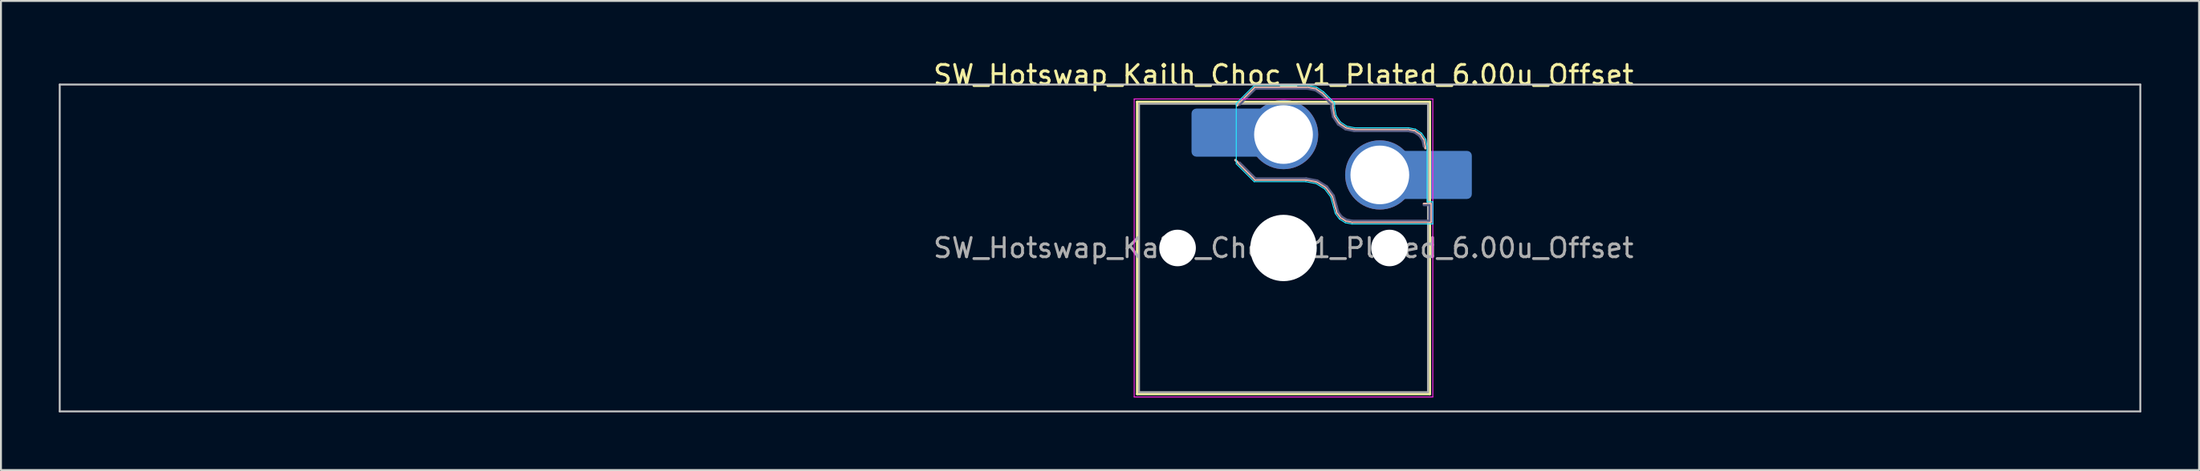
<source format=kicad_pcb>
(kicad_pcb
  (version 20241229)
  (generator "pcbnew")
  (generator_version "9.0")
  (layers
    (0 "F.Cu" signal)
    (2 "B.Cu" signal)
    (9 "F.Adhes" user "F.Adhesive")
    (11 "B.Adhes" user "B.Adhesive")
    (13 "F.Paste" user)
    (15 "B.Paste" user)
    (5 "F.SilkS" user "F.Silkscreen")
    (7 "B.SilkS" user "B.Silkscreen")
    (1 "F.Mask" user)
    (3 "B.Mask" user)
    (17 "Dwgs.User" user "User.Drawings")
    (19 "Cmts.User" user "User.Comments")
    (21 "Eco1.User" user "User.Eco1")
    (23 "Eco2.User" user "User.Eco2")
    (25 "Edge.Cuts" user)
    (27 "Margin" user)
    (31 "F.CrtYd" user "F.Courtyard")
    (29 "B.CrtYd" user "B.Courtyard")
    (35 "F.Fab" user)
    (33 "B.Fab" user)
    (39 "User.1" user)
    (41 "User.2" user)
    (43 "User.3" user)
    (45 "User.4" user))
  (footprint "SW_Hotswap_Kailh_Choc_V1_Plated_6.00u_Offset"
    (layer "F.Cu")
    (at 63.575 9.848)
    (property "Reference" "SW_Hotswap_Kailh_Choc_V1_Plated_6.00u_Offset" (at 0 -9 0) (layer "F.SilkS") (effects (font (size 1 1) (thickness 0.15))))
    (attr smd)
    (fp_line (start -7.6 -7.6) (end -7.6 7.6) (stroke (width 0.12) (type solid)) (layer "F.SilkS"))
    (fp_line (start -7.6 7.6) (end 7.6 7.6) (stroke (width 0.12) (type solid)) (layer "F.SilkS"))
    (fp_line (start 7.6 -7.6) (end -7.6 -7.6) (stroke (width 0.12) (type solid)) (layer "F.SilkS"))
    (fp_line (start 7.6 7.6) (end 7.6 -7.6) (stroke (width 0.12) (type solid)) (layer "F.SilkS"))
    (fp_line (start -2.416 -7.409) (end -1.479 -8.346) (stroke (width 0.12) (type solid)) (layer "B.SilkS"))
    (fp_line (start -1.479 -8.346) (end 1.268 -8.346) (stroke (width 0.12) (type solid)) (layer "B.SilkS"))
    (fp_line (start -1.479 -3.554) (end -2.5 -4.575) (stroke (width 0.12) (type solid)) (layer "B.SilkS"))
    (fp_line (start 1.168 -3.554) (end -1.479 -3.554) (stroke (width 0.12) (type solid)) (layer "B.SilkS"))
    (fp_line (start 1.268 -8.346) (end 1.671 -8.266) (stroke (width 0.12) (type solid)) (layer "B.SilkS"))
    (fp_line (start 1.671 -8.266) (end 2.013 -8.037) (stroke (width 0.12) (type solid)) (layer "B.SilkS"))
    (fp_line (start 1.73 -3.449) (end 1.168 -3.554) (stroke (width 0.12) (type solid)) (layer "B.SilkS"))
    (fp_line (start 2.013 -8.037) (end 2.546 -7.504) (stroke (width 0.12) (type solid)) (layer "B.SilkS"))
    (fp_line (start 2.209 -3.15) (end 1.73 -3.449) (stroke (width 0.12) (type solid)) (layer "B.SilkS"))
    (fp_line (start 2.546 -7.504) (end 2.546 -7.282) (stroke (width 0.12) (type solid)) (layer "B.SilkS"))
    (fp_line (start 2.546 -7.282) (end 2.633 -6.844) (stroke (width 0.12) (type solid)) (layer "B.SilkS"))
    (fp_line (start 2.547 -2.697) (end 2.209 -3.15) (stroke (width 0.12) (type solid)) (layer "B.SilkS"))
    (fp_line (start 2.633 -6.844) (end 2.877 -6.477) (stroke (width 0.12) (type solid)) (layer "B.SilkS"))
    (fp_line (start 2.701 -2.139) (end 2.547 -2.697) (stroke (width 0.12) (type solid)) (layer "B.SilkS"))
    (fp_line (start 2.783 -1.841) (end 2.701 -2.139) (stroke (width 0.12) (type solid)) (layer "B.SilkS"))
    (fp_line (start 2.877 -6.477) (end 3.244 -6.233) (stroke (width 0.12) (type solid)) (layer "B.SilkS"))
    (fp_line (start 2.976 -1.583) (end 2.783 -1.841) (stroke (width 0.12) (type solid)) (layer "B.SilkS"))
    (fp_line (start 3.244 -6.233) (end 3.682 -6.146) (stroke (width 0.12) (type solid)) (layer "B.SilkS"))
    (fp_line (start 3.25 -1.413) (end 2.976 -1.583) (stroke (width 0.12) (type solid)) (layer "B.SilkS"))
    (fp_line (start 3.56 -1.354) (end 3.25 -1.413) (stroke (width 0.12) (type solid)) (layer "B.SilkS"))
    (fp_line (start 3.682 -6.146) (end 6.482 -6.146) (stroke (width 0.12) (type solid)) (layer "B.SilkS"))
    (fp_line (start 6.482 -6.146) (end 6.809 -6.081) (stroke (width 0.12) (type solid)) (layer "B.SilkS"))
    (fp_line (start 6.809 -6.081) (end 7.092 -5.892) (stroke (width 0.12) (type solid)) (layer "B.SilkS"))
    (fp_line (start 7.092 -5.892) (end 7.281 -5.609) (stroke (width 0.12) (type solid)) (layer "B.SilkS"))
    (fp_line (start 7.281 -5.609) (end 7.366 -5.182) (stroke (width 0.12) (type solid)) (layer "B.SilkS"))
    (fp_line (start 7.283 -2.296) (end 7.646 -2.296) (stroke (width 0.12) (type solid)) (layer "B.SilkS"))
    (fp_line (start 7.646 -2.296) (end 7.646 -1.354) (stroke (width 0.12) (type solid)) (layer "B.SilkS"))
    (fp_line (start 7.646 -1.354) (end 3.56 -1.354) (stroke (width 0.12) (type solid)) (layer "B.SilkS"))
    (fp_line (start -63.525 -8.5) (end -63.525 8.5) (stroke (width 0.1) (type solid)) (layer "Dwgs.User"))
    (fp_line (start -63.525 8.5) (end 44.475 8.5) (stroke (width 0.1) (type solid)) (layer "Dwgs.User"))
    (fp_line (start 44.475 -8.5) (end -63.525 -8.5) (stroke (width 0.1) (type solid)) (layer "Dwgs.User"))
    (fp_line (start 44.475 8.5) (end 44.475 -8.5) (stroke (width 0.1) (type solid)) (layer "Dwgs.User"))
    (fp_line (start -7.25 -7.25) (end -7.25 7.25) (stroke (width 0.1) (type solid)) (layer "Eco1.User"))
    (fp_line (start -7.25 7.25) (end 7.25 7.25) (stroke (width 0.1) (type solid)) (layer "Eco1.User"))
    (fp_line (start 7.25 -7.25) (end -7.25 -7.25) (stroke (width 0.1) (type solid)) (layer "Eco1.User"))
    (fp_line (start 7.25 7.25) (end 7.25 -7.25) (stroke (width 0.1) (type solid)) (layer "Eco1.User"))
    (fp_line (start -2.452 -7.523) (end -1.523 -8.452) (stroke (width 0.05) (type solid)) (layer "B.CrtYd"))
    (fp_line (start -2.452 -4.377) (end -2.452 -7.523) (stroke (width 0.05) (type solid)) (layer "B.CrtYd"))
    (fp_line (start -1.523 -8.452) (end 1.278 -8.452) (stroke (width 0.05) (type solid)) (layer "B.CrtYd"))
    (fp_line (start -1.523 -3.448) (end -2.452 -4.377) (stroke (width 0.05) (type solid)) (layer "B.CrtYd"))
    (fp_line (start 1.159 -3.448) (end -1.523 -3.448) (stroke (width 0.05) (type solid)) (layer "B.CrtYd"))
    (fp_line (start 1.278 -8.452) (end 1.712 -8.366) (stroke (width 0.05) (type solid)) (layer "B.CrtYd"))
    (fp_line (start 1.691 -3.348) (end 1.159 -3.448) (stroke (width 0.05) (type solid)) (layer "B.CrtYd"))
    (fp_line (start 1.712 -8.366) (end 2.081 -8.119) (stroke (width 0.05) (type solid)) (layer "B.CrtYd"))
    (fp_line (start 2.081 -8.119) (end 2.652 -7.548) (stroke (width 0.05) (type solid)) (layer "B.CrtYd"))
    (fp_line (start 2.136 -3.071) (end 1.691 -3.348) (stroke (width 0.05) (type solid)) (layer "B.CrtYd"))
    (fp_line (start 2.45 -2.65) (end 2.136 -3.071) (stroke (width 0.05) (type solid)) (layer "B.CrtYd"))
    (fp_line (start 2.599 -2.111) (end 2.45 -2.65) (stroke (width 0.05) (type solid)) (layer "B.CrtYd"))
    (fp_line (start 2.652 -7.548) (end 2.652 -7.292) (stroke (width 0.05) (type solid)) (layer "B.CrtYd"))
    (fp_line (start 2.652 -7.292) (end 2.733 -6.885) (stroke (width 0.05) (type solid)) (layer "B.CrtYd"))
    (fp_line (start 2.687 -1.794) (end 2.599 -2.111) (stroke (width 0.05) (type solid)) (layer "B.CrtYd"))
    (fp_line (start 2.733 -6.885) (end 2.953 -6.553) (stroke (width 0.05) (type solid)) (layer "B.CrtYd"))
    (fp_line (start 2.903 -1.503) (end 2.687 -1.794) (stroke (width 0.05) (type solid)) (layer "B.CrtYd"))
    (fp_line (start 2.953 -6.553) (end 3.285 -6.333) (stroke (width 0.05) (type solid)) (layer "B.CrtYd"))
    (fp_line (start 3.211 -1.312) (end 2.903 -1.503) (stroke (width 0.05) (type solid)) (layer "B.CrtYd"))
    (fp_line (start 3.285 -6.333) (end 3.692 -6.252) (stroke (width 0.05) (type solid)) (layer "B.CrtYd"))
    (fp_line (start 3.55 -1.248) (end 3.211 -1.312) (stroke (width 0.05) (type solid)) (layer "B.CrtYd"))
    (fp_line (start 3.692 -6.252) (end 6.492 -6.252) (stroke (width 0.05) (type solid)) (layer "B.CrtYd"))
    (fp_line (start 6.492 -6.252) (end 6.85 -6.181) (stroke (width 0.05) (type solid)) (layer "B.CrtYd"))
    (fp_line (start 6.85 -6.181) (end 7.168 -5.968) (stroke (width 0.05) (type solid)) (layer "B.CrtYd"))
    (fp_line (start 7.168 -5.968) (end 7.381 -5.65) (stroke (width 0.05) (type solid)) (layer "B.CrtYd"))
    (fp_line (start 7.381 -5.65) (end 7.452 -5.292) (stroke (width 0.05) (type solid)) (layer "B.CrtYd"))
    (fp_line (start 7.452 -5.292) (end 7.452 -2.402) (stroke (width 0.05) (type solid)) (layer "B.CrtYd"))
    (fp_line (start 7.452 -2.402) (end 7.752 -2.402) (stroke (width 0.05) (type solid)) (layer "B.CrtYd"))
    (fp_line (start 7.752 -2.402) (end 7.752 -1.248) (stroke (width 0.05) (type solid)) (layer "B.CrtYd"))
    (fp_line (start 7.752 -1.248) (end 3.55 -1.248) (stroke (width 0.05) (type solid)) (layer "B.CrtYd"))
    (fp_line (start -7.75 -7.75) (end -7.75 7.75) (stroke (width 0.05) (type solid)) (layer "F.CrtYd"))
    (fp_line (start -7.75 7.75) (end 7.75 7.75) (stroke (width 0.05) (type solid)) (layer "F.CrtYd"))
    (fp_line (start 7.75 -7.75) (end -7.75 -7.75) (stroke (width 0.05) (type solid)) (layer "F.CrtYd"))
    (fp_line (start 7.75 7.75) (end 7.75 -7.75) (stroke (width 0.05) (type solid)) (layer "F.CrtYd"))
    (fp_line (start -2.275 -7.45) (end -1.45 -8.275) (stroke (width 0.1) (type solid)) (layer "B.Fab"))
    (fp_line (start -1.45 -8.275) (end 1.261 -8.275) (stroke (width 0.1) (type solid)) (layer "B.Fab"))
    (fp_line (start -1.45 -3.625) (end -2.275 -4.45) (stroke (width 0.1) (type solid)) (layer "B.Fab"))
    (fp_line (start 1.175 -3.625) (end -1.45 -3.625) (stroke (width 0.1) (type solid)) (layer "B.Fab"))
    (fp_line (start 1.261 -8.275) (end 1.643 -8.199) (stroke (width 0.1) (type solid)) (layer "B.Fab"))
    (fp_line (start 1.643 -8.199) (end 1.968 -7.982) (stroke (width 0.1) (type solid)) (layer "B.Fab"))
    (fp_line (start 1.756 -3.516) (end 1.175 -3.625) (stroke (width 0.1) (type solid)) (layer "B.Fab"))
    (fp_line (start 1.968 -7.982) (end 2.475 -7.475) (stroke (width 0.1) (type solid)) (layer "B.Fab"))
    (fp_line (start 2.258 -3.203) (end 1.756 -3.516) (stroke (width 0.1) (type solid)) (layer "B.Fab"))
    (fp_line (start 2.475 -7.475) (end 2.475 -7.275) (stroke (width 0.1) (type solid)) (layer "B.Fab"))
    (fp_line (start 2.475 -7.275) (end 2.566 -6.816) (stroke (width 0.1) (type solid)) (layer "B.Fab"))
    (fp_line (start 2.566 -6.816) (end 2.826 -6.426) (stroke (width 0.1) (type solid)) (layer "B.Fab"))
    (fp_line (start 2.612 -2.729) (end 2.258 -3.203) (stroke (width 0.1) (type solid)) (layer "B.Fab"))
    (fp_line (start 2.769 -2.158) (end 2.612 -2.729) (stroke (width 0.1) (type solid)) (layer "B.Fab"))
    (fp_line (start 2.826 -6.426) (end 3.216 -6.166) (stroke (width 0.1) (type solid)) (layer "B.Fab"))
    (fp_line (start 2.848 -1.873) (end 2.769 -2.158) (stroke (width 0.1) (type solid)) (layer "B.Fab"))
    (fp_line (start 3.025 -1.636) (end 2.848 -1.873) (stroke (width 0.1) (type solid)) (layer "B.Fab"))
    (fp_line (start 3.216 -6.166) (end 3.675 -6.075) (stroke (width 0.1) (type solid)) (layer "B.Fab"))
    (fp_line (start 3.276 -1.48) (end 3.025 -1.636) (stroke (width 0.1) (type solid)) (layer "B.Fab"))
    (fp_line (start 3.567 -1.425) (end 3.276 -1.48) (stroke (width 0.1) (type solid)) (layer "B.Fab"))
    (fp_line (start 3.675 -6.075) (end 6.475 -6.075) (stroke (width 0.1) (type solid)) (layer "B.Fab"))
    (fp_line (start 6.475 -6.075) (end 6.781 -6.014) (stroke (width 0.1) (type solid)) (layer "B.Fab"))
    (fp_line (start 6.781 -6.014) (end 7.041 -5.841) (stroke (width 0.1) (type solid)) (layer "B.Fab"))
    (fp_line (start 7.041 -5.841) (end 7.214 -5.581) (stroke (width 0.1) (type solid)) (layer "B.Fab"))
    (fp_line (start 7.214 -5.581) (end 7.275 -5.275) (stroke (width 0.1) (type solid)) (layer "B.Fab"))
    (fp_line (start 7.275 -2.225) (end 7.575 -2.225) (stroke (width 0.1) (type solid)) (layer "B.Fab"))
    (fp_line (start 7.575 -2.225) (end 7.575 -1.425) (stroke (width 0.1) (type solid)) (layer "B.Fab"))
    (fp_line (start 7.575 -1.425) (end 3.567 -1.425) (stroke (width 0.1) (type solid)) (layer "B.Fab"))
    (fp_line (start -7.5 -7.5) (end -7.5 7.5) (stroke (width 0.1) (type solid)) (layer "F.Fab"))
    (fp_line (start -7.5 7.5) (end 7.5 7.5) (stroke (width 0.1) (type solid)) (layer "F.Fab"))
    (fp_line (start 7.5 -7.5) (end -7.5 -7.5) (stroke (width 0.1) (type solid)) (layer "F.Fab"))
    (fp_line (start 7.5 7.5) (end 7.5 -7.5) (stroke (width 0.1) (type solid)) (layer "F.Fab"))
    (fp_text user "${REFERENCE}" (at 0 0 0) (layer "F.Fab") (effects (font (size 1 1) (thickness 0.15))))
    (pad "" np_thru_hole circle (at -5.5 0) (size 1.9 1.9) (drill 1.9) (layers "*.Cu" "*.Mask"))
    (pad "" smd roundrect (at -3.5 -6) (size 2.55 2.5) (layers "B.Mask" "B.Paste") (roundrect_rratio 0.1))
    (pad "" np_thru_hole circle (at 0 0) (size 3.45 3.45) (drill 3.45) (layers "*.Cu" "*.Mask"))
    (pad "" np_thru_hole circle (at 5.5 0) (size 1.9 1.9) (drill 1.9) (layers "*.Cu" "*.Mask"))
    (pad "" smd roundrect (at 8.5 -3.8) (size 2.55 2.5) (layers "B.Mask" "B.Paste") (roundrect_rratio 0.1))
    (pad "1" smd roundrect (at -2.85 -6) (size 3.85 2.5) (layers "B.Cu") (roundrect_rratio 0.1))
    (pad "1" thru_hole circle (at 0 -5.9) (size 3.6 3.6) (drill 3.05) (layers "*.Cu" "*.Mask"))
    (pad "2" thru_hole circle (at 5 -3.8) (size 3.6 3.6) (drill 3.05) (layers "*.Cu" "*.Mask"))
    (pad "2" smd roundrect (at 7.85 -3.8) (size 3.85 2.5) (layers "B.Cu") (roundrect_rratio 0.1)))
  (gr_rect
    (start -3 -3)
    (end 111.1 21.398)
    (stroke (width 0.1) (type default))
    (fill no)
    (layer "Edge.Cuts")))
</source>
